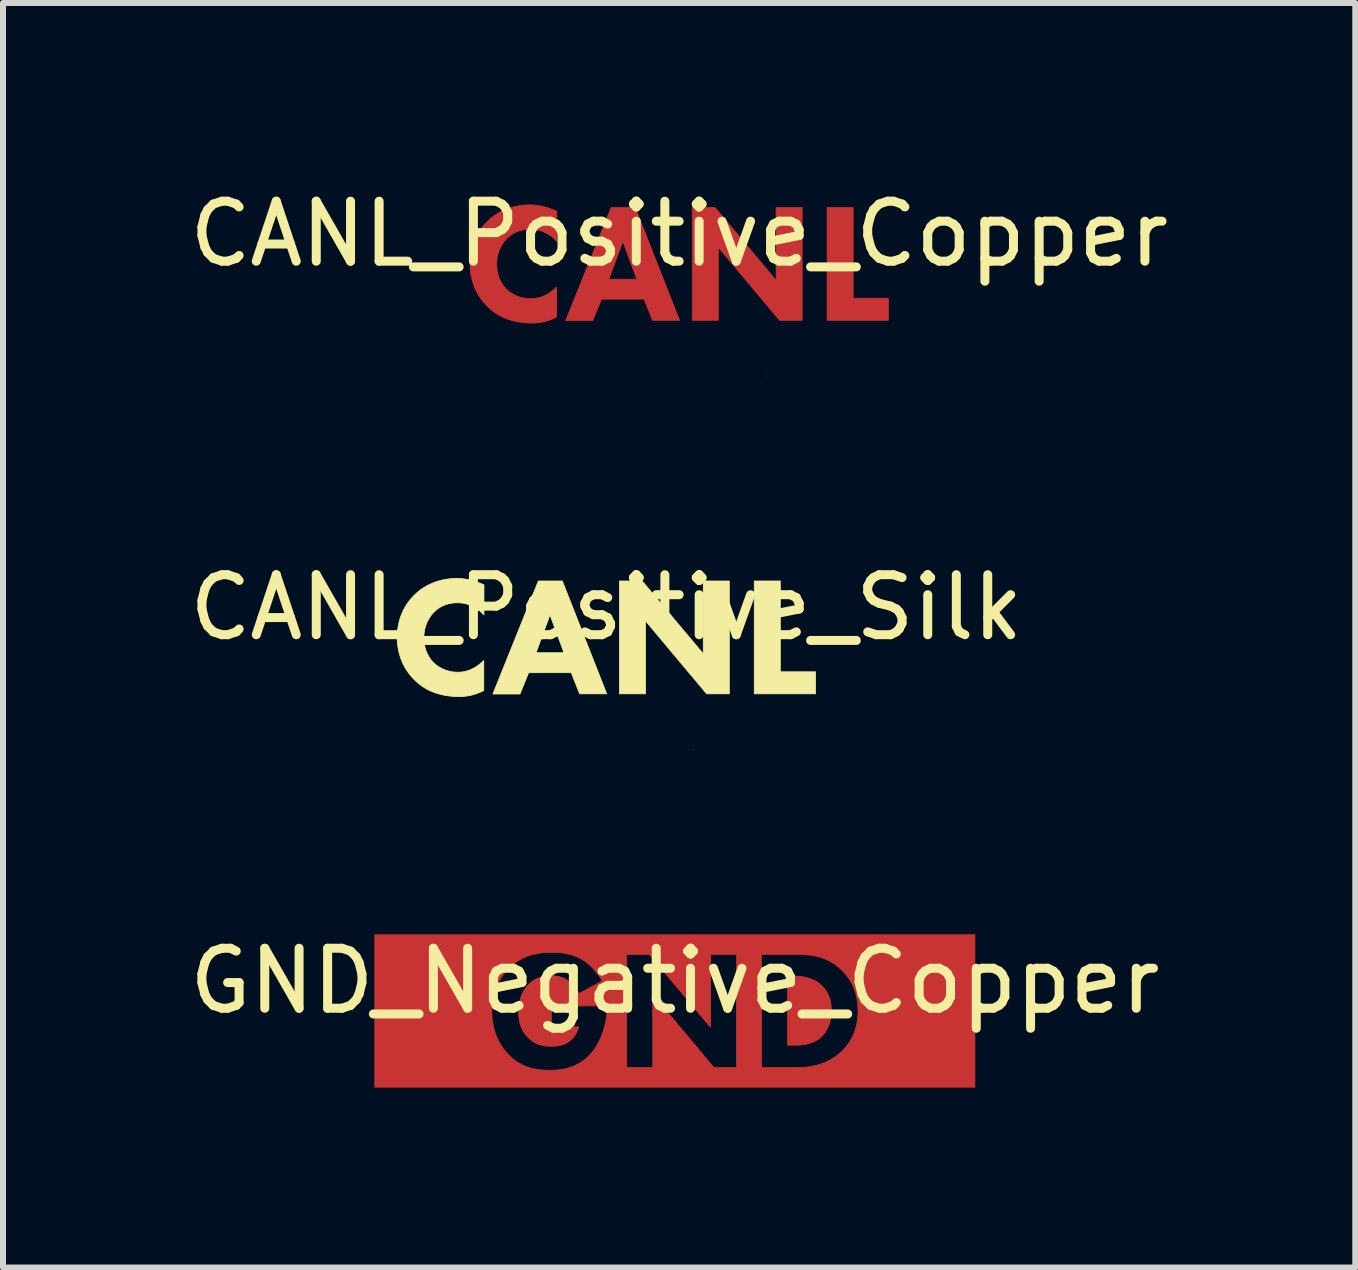
<source format=kicad_pcb>
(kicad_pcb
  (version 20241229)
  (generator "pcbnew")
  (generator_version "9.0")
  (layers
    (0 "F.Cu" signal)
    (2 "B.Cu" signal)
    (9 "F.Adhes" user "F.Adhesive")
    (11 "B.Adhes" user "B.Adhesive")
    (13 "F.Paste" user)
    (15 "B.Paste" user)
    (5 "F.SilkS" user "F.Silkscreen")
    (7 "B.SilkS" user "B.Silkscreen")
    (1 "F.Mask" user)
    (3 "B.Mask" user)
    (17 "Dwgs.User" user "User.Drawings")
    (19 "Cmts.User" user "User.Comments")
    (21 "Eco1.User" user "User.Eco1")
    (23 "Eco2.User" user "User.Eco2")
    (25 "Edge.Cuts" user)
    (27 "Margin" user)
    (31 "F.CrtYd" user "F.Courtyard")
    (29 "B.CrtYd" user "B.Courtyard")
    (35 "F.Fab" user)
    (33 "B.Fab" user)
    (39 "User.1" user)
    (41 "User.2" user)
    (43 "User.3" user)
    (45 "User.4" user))
  (footprint "CANL_Positive_Silk"
    (layer "F.Cu")
    (at 7.054 7.573)
    (property "Reference" "CANL_Positive_Silk" (at 0 -0.5 0) (unlocked yes) (layer "F.SilkS") (effects (font (size 1 1) (thickness 0.15))))
    (fp_poly (pts (xy 1.443 1.87) (xy 1.443 1.868) (xy 1.446 1.866)) (stroke (width 0.013) (type solid)) (fill yes) (layer "F.Cu"))
    (fp_poly (pts (xy 2.9 0.573) (xy 3.486 0.573) (xy 3.486 0.94) (xy 2.466 0.94) (xy 2.466 -0.941) (xy 2.9 -0.941)) (stroke (width 0.013) (type solid)) (fill yes) (layer "F.SilkS"))
    (fp_poly (pts (xy 1.616 0.273) (xy 1.616 -0.941) (xy 2.05 -0.941) (xy 2.05 0.94) (xy 1.673 0.94) (xy 0.653 -0.277) (xy 0.653 0.94) (xy 0.219 0.94) (xy 0.219 -0.941) (xy 0.597 -0.941)) (stroke (width 0.013) (type solid)) (fill yes) (layer "F.SilkS"))
    (fp_poly (pts (xy 0.007 0.94) (xy -0.444 0.94) (xy -0.585 0.583) (xy -0.585 0.587) (xy -1.294 0.587) (xy -1.439 0.943) (xy -1.89 0.943) (xy -1.613 0.255) (xy -1.171 0.255) (xy -0.705 0.255) (xy -0.938 -0.376) (xy -1.171 0.255) (xy -1.613 0.255) (xy -1.132 -0.941) (xy -0.733 -0.941)) (stroke (width 0.013) (type solid)) (fill yes) (layer "F.SilkS"))
    (fp_poly (pts (xy -2.467 -0.983) (xy -2.443 -0.982) (xy -2.418 -0.98) (xy -2.393 -0.978) (xy -2.368 -0.975) (xy -2.341 -0.971) (xy -2.314 -0.966) (xy -2.287 -0.961) (xy -2.259 -0.954) (xy -2.23 -0.946) (xy -2.2 -0.938) (xy -2.169 -0.928) (xy -2.138 -0.917) (xy -2.106 -0.905) (xy -2.073 -0.892) (xy -2.039 -0.877) (xy -2.039 -0.376) (xy -2.057 -0.395) (xy -2.077 -0.414) (xy -2.097 -0.433) (xy -2.119 -0.451) (xy -2.143 -0.468) (xy -2.167 -0.485) (xy -2.193 -0.5) (xy -2.219 -0.515) (xy -2.247 -0.529) (xy -2.277 -0.541) (xy -2.307 -0.551) (xy -2.323 -0.556) (xy -2.339 -0.56) (xy -2.356 -0.564) (xy -2.372 -0.568) (xy -2.389 -0.57) (xy -2.407 -0.573) (xy -2.425 -0.575) (xy -2.443 -0.576) (xy -2.461 -0.577) (xy -2.48 -0.577) (xy -2.509 -0.577) (xy -2.538 -0.575) (xy -2.566 -0.572) (xy -2.593 -0.568) (xy -2.619 -0.563) (xy -2.645 -0.556) (xy -2.67 -0.549) (xy -2.694 -0.54) (xy -2.718 -0.53) (xy -2.741 -0.519) (xy -2.763 -0.507) (xy -2.785 -0.494) (xy -2.806 -0.479) (xy -2.826 -0.464) (xy -2.845 -0.447) (xy -2.864 -0.429) (xy -2.884 -0.409) (xy -2.902 -0.389) (xy -2.92 -0.367) (xy -2.936 -0.343) (xy -2.952 -0.319) (xy -2.966 -0.294) (xy -2.98 -0.268) (xy -2.992 -0.241) (xy -3.003 -0.213) (xy -3.013 -0.185) (xy -3.021 -0.155) (xy -3.028 -0.125) (xy -3.033 -0.093) (xy -3.037 -0.061) (xy -3.04 -0.029) (xy -3.041 0.005) (xy -3.04 0.04) (xy -3.037 0.075) (xy -3.033 0.108) (xy -3.027 0.14) (xy -3.02 0.17) (xy -3.011 0.199) (xy -3.002 0.227) (xy -2.991 0.254) (xy -2.979 0.279) (xy -2.967 0.303) (xy -2.953 0.326) (xy -2.939 0.348) (xy -2.925 0.368) (xy -2.91 0.387) (xy -2.894 0.405) (xy -2.878 0.421) (xy -2.87 0.429) (xy -2.859 0.439) (xy -2.846 0.45) (xy -2.831 0.462) (xy -2.813 0.475) (xy -2.793 0.488) (xy -2.771 0.502) (xy -2.747 0.515) (xy -2.734 0.521) (xy -2.72 0.528) (xy -2.706 0.534) (xy -2.691 0.54) (xy -2.676 0.545) (xy -2.66 0.551) (xy -2.644 0.556) (xy -2.627 0.56) (xy -2.61 0.565) (xy -2.592 0.568) (xy -2.573 0.572) (xy -2.554 0.575) (xy -2.535 0.577) (xy -2.514 0.578) (xy -2.494 0.579) (xy -2.473 0.58) (xy -2.451 0.579) (xy -2.428 0.578) (xy -2.405 0.576) (xy -2.381 0.572) (xy -2.356 0.567) (xy -2.33 0.561) (xy -2.304 0.553) (xy -2.277 0.544) (xy -2.25 0.532) (xy -2.221 0.518) (xy -2.193 0.503) (xy -2.163 0.485) (xy -2.134 0.464) (xy -2.104 0.441) (xy -2.073 0.415) (xy -2.042 0.386) (xy -2.042 0.885) (xy -2.069 0.898) (xy -2.099 0.912) (xy -2.129 0.924) (xy -2.158 0.935) (xy -2.186 0.944) (xy -2.213 0.953) (xy -2.24 0.96) (xy -2.267 0.966) (xy -2.292 0.971) (xy -2.317 0.975) (xy -2.342 0.979) (xy -2.366 0.981) (xy -2.411 0.985) (xy -2.455 0.985) (xy -2.518 0.984) (xy -2.579 0.98) (xy -2.638 0.973) (xy -2.694 0.964) (xy -2.748 0.953) (xy -2.799 0.939) (xy -2.848 0.924) (xy -2.895 0.906) (xy -2.94 0.887) (xy -2.982 0.866) (xy -3.022 0.843) (xy -3.06 0.819) (xy -3.096 0.793) (xy -3.13 0.767) (xy -3.162 0.739) (xy -3.192 0.71) (xy -3.223 0.679) (xy -3.253 0.645) (xy -3.282 0.61) (xy -3.309 0.573) (xy -3.335 0.534) (xy -3.359 0.493) (xy -3.382 0.45) (xy -3.402 0.406) (xy -3.421 0.36) (xy -3.437 0.312) (xy -3.451 0.263) (xy -3.463 0.213) (xy -3.472 0.161) (xy -3.479 0.108) (xy -3.484 0.053) (xy -3.485 -0.002) (xy -3.484 -0.058) (xy -3.479 -0.112) (xy -3.472 -0.165) (xy -3.463 -0.217) (xy -3.451 -0.267) (xy -3.437 -0.316) (xy -3.421 -0.363) (xy -3.402 -0.408) (xy -3.382 -0.452) (xy -3.359 -0.495) (xy -3.335 -0.535) (xy -3.309 -0.574) (xy -3.282 -0.611) (xy -3.253 -0.647) (xy -3.223 -0.68) (xy -3.192 -0.711) (xy -3.16 -0.741) (xy -3.126 -0.77) (xy -3.091 -0.797) (xy -3.054 -0.822) (xy -3.015 -0.846) (xy -2.974 -0.869) (xy -2.932 -0.889) (xy -2.889 -0.908) (xy -2.844 -0.925) (xy -2.797 -0.94) (xy -2.749 -0.953) (xy -2.7 -0.963) (xy -2.649 -0.972) (xy -2.598 -0.978) (xy -2.544 -0.982) (xy -2.49 -0.983)) (stroke (width 0.013) (type solid)) (fill yes) (layer "F.SilkS")))
  (footprint "GND_Negative_Copper"
    (layer "F.Cu")
    (at 8.196 13.798)
    (property "Reference" "GND_Negative_Copper" (at 0 -0.5 0) (unlocked yes) (layer "F.SilkS") (effects (font (size 1 1) (thickness 0.15))))
    (fp_poly (pts (xy 2.048 -0.577) (xy 2.076 -0.576) (xy 2.104 -0.573) (xy 2.133 -0.569) (xy 2.162 -0.564) (xy 2.192 -0.558) (xy 2.222 -0.55) (xy 2.252 -0.541) (xy 2.282 -0.53) (xy 2.312 -0.516) (xy 2.342 -0.501) (xy 2.371 -0.484) (xy 2.399 -0.464) (xy 2.427 -0.441) (xy 2.441 -0.429) (xy 2.454 -0.416) (xy 2.468 -0.402) (xy 2.482 -0.386) (xy 2.496 -0.369) (xy 2.51 -0.351) (xy 2.523 -0.331) (xy 2.536 -0.31) (xy 2.548 -0.288) (xy 2.56 -0.264) (xy 2.57 -0.238) (xy 2.58 -0.211) (xy 2.588 -0.182) (xy 2.596 -0.151) (xy 2.601 -0.119) (xy 2.606 -0.085) (xy 2.608 -0.049) (xy 2.609 -0.011) (xy 2.608 0.028) (xy 2.606 0.065) (xy 2.601 0.101) (xy 2.595 0.136) (xy 2.587 0.17) (xy 2.578 0.203) (xy 2.568 0.234) (xy 2.556 0.263) (xy 2.543 0.291) (xy 2.529 0.318) (xy 2.514 0.343) (xy 2.498 0.367) (xy 2.481 0.389) (xy 2.463 0.409) (xy 2.445 0.428) (xy 2.426 0.444) (xy 2.413 0.455) (xy 2.399 0.466) (xy 2.385 0.475) (xy 2.371 0.484) (xy 2.356 0.493) (xy 2.342 0.501) (xy 2.312 0.515) (xy 2.282 0.527) (xy 2.252 0.537) (xy 2.222 0.546) (xy 2.192 0.553) (xy 2.163 0.559) (xy 2.135 0.563) (xy 2.108 0.566) (xy 2.082 0.569) (xy 2.035 0.571) (xy 1.996 0.571) (xy 1.879 0.571) (xy 1.879 -0.579) (xy 1.996 -0.579)) (stroke (width 0.013) (type solid)) (fill yes) (layer "F.Cu"))
    (fp_poly (pts (xy 5.001 1.27) (xy -5 1.27) (xy -5 0.011) (xy -3.049 0.011) (xy -3.049 0.045) (xy -3.047 0.079) (xy -3.045 0.112) (xy -3.042 0.144) (xy -3.038 0.175) (xy -3.033 0.206) (xy -3.028 0.236) (xy -3.022 0.264) (xy -3.015 0.292) (xy -3.007 0.32) (xy -2.999 0.346) (xy -2.991 0.372) (xy -2.982 0.397) (xy -2.973 0.421) (xy -2.953 0.467) (xy -2.931 0.509) (xy -2.909 0.549) (xy -2.886 0.586) (xy -2.863 0.62) (xy -2.84 0.651) (xy -2.817 0.679) (xy -2.795 0.704) (xy -2.774 0.727) (xy -2.733 0.767) (xy -2.691 0.803) (xy -2.648 0.835) (xy -2.605 0.863) (xy -2.562 0.887) (xy -2.519 0.909) (xy -2.475 0.927) (xy -2.431 0.942) (xy -2.388 0.955) (xy -2.344 0.965) (xy -2.3 0.973) (xy -2.257 0.979) (xy -2.213 0.983) (xy -2.17 0.986) (xy -2.128 0.987) (xy -2.086 0.988) (xy -2.044 0.987) (xy -2.002 0.986) (xy -1.96 0.983) (xy -1.917 0.978) (xy -1.874 0.972) (xy -1.831 0.964) (xy -1.788 0.954) (xy -1.749 0.942) (xy -0.802 0.942) (xy -0.368 0.942) (xy -0.368 -0.275) (xy 0.651 0.942) (xy 1.029 0.942) (xy 1.445 0.942) (xy 2.056 0.942) (xy 2.121 0.94) (xy 2.159 0.938) (xy 2.2 0.935) (xy 2.244 0.929) (xy 2.289 0.921) (xy 2.337 0.911) (xy 2.386 0.899) (xy 2.437 0.883) (xy 2.488 0.864) (xy 2.54 0.841) (xy 2.592 0.814) (xy 2.644 0.783) (xy 2.696 0.747) (xy 2.747 0.706) (xy 2.772 0.683) (xy 2.796 0.66) (xy 2.825 0.63) (xy 2.852 0.598) (xy 2.878 0.566) (xy 2.902 0.531) (xy 2.925 0.495) (xy 2.946 0.458) (xy 2.966 0.419) (xy 2.983 0.378) (xy 2.999 0.336) (xy 3.013 0.292) (xy 3.025 0.246) (xy 3.036 0.199) (xy 3.043 0.15) (xy 3.049 0.099) (xy 3.053 0.047) (xy 3.054 -0.007) (xy 3.053 -0.061) (xy 3.049 -0.113) (xy 3.043 -0.164) (xy 3.035 -0.213) (xy 3.024 -0.26) (xy 3.012 -0.306) (xy 2.997 -0.35) (xy 2.98 -0.393) (xy 2.962 -0.434) (xy 2.941 -0.474) (xy 2.919 -0.512) (xy 2.895 -0.548) (xy 2.869 -0.584) (xy 2.842 -0.617) (xy 2.813 -0.65) (xy 2.782 -0.681) (xy 2.739 -0.721) (xy 2.695 -0.757) (xy 2.65 -0.789) (xy 2.605 -0.817) (xy 2.559 -0.841) (xy 2.512 -0.863) (xy 2.465 -0.881) (xy 2.418 -0.896) (xy 2.371 -0.909) (xy 2.324 -0.919) (xy 2.277 -0.927) (xy 2.229 -0.933) (xy 2.182 -0.937) (xy 2.135 -0.94) (xy 2.088 -0.941) (xy 2.041 -0.942) (xy 1.445 -0.942) (xy 1.445 0.942) (xy 1.029 0.942) (xy 1.029 -0.942) (xy 0.595 -0.942) (xy 0.595 0.272) (xy -0.424 -0.942) (xy -0.802 -0.942) (xy -0.802 0.942) (xy -1.749 0.942) (xy -1.746 0.941) (xy -1.703 0.926) (xy -1.661 0.908) (xy -1.619 0.887) (xy -1.577 0.863) (xy -1.536 0.835) (xy -1.495 0.804) (xy -1.455 0.769) (xy -1.416 0.73) (xy -1.378 0.688) (xy -1.344 0.643) (xy -1.312 0.595) (xy -1.283 0.546) (xy -1.256 0.495) (xy -1.233 0.443) (xy -1.212 0.391) (xy -1.193 0.337) (xy -1.177 0.284) (xy -1.163 0.231) (xy -1.152 0.178) (xy -1.142 0.127) (xy -1.135 0.076) (xy -1.13 0.027) (xy -1.127 -0.019) (xy -1.127 -0.064) (xy -1.127 -0.085) (xy -2.058 -0.085) (xy -2.058 0.265) (xy -1.603 0.265) (xy -1.606 0.277) (xy -1.61 0.29) (xy -1.614 0.302) (xy -1.618 0.313) (xy -1.622 0.324) (xy -1.627 0.335) (xy -1.632 0.346) (xy -1.637 0.356) (xy -1.642 0.366) (xy -1.647 0.375) (xy -1.652 0.384) (xy -1.657 0.393) (xy -1.662 0.401) (xy -1.667 0.409) (xy -1.678 0.423) (xy -1.688 0.436) (xy -1.697 0.448) (xy -1.707 0.458) (xy -1.715 0.467) (xy -1.722 0.474) (xy -1.728 0.48) (xy -1.733 0.484) (xy -1.737 0.487) (xy -1.755 0.502) (xy -1.767 0.511) (xy -1.78 0.519) (xy -1.794 0.528) (xy -1.81 0.536) (xy -1.827 0.545) (xy -1.847 0.553) (xy -1.867 0.56) (xy -1.89 0.567) (xy -1.914 0.573) (xy -1.941 0.579) (xy -1.969 0.583) (xy -1.999 0.586) (xy -2.031 0.588) (xy -2.065 0.589) (xy -2.092 0.589) (xy -2.118 0.587) (xy -2.144 0.585) (xy -2.17 0.582) (xy -2.195 0.578) (xy -2.22 0.572) (xy -2.245 0.565) (xy -2.269 0.557) (xy -2.292 0.548) (xy -2.315 0.537) (xy -2.338 0.525) (xy -2.361 0.512) (xy -2.383 0.497) (xy -2.404 0.48) (xy -2.425 0.461) (xy -2.446 0.441) (xy -2.461 0.426) (xy -2.476 0.409) (xy -2.491 0.391) (xy -2.505 0.371) (xy -2.519 0.35) (xy -2.532 0.327) (xy -2.544 0.303) (xy -2.556 0.277) (xy -2.566 0.25) (xy -2.576 0.221) (xy -2.584 0.19) (xy -2.591 0.158) (xy -2.597 0.124) (xy -2.601 0.088) (xy -2.604 0.05) (xy -2.605 0.011) (xy -2.604 -0.022) (xy -2.602 -0.054) (xy -2.599 -0.085) (xy -2.594 -0.116) (xy -2.588 -0.147) (xy -2.581 -0.177) (xy -2.573 -0.207) (xy -2.563 -0.235) (xy -2.552 -0.264) (xy -2.54 -0.291) (xy -2.527 -0.317) (xy -2.512 -0.343) (xy -2.497 -0.367) (xy -2.48 -0.391) (xy -2.462 -0.413) (xy -2.442 -0.434) (xy -2.425 -0.451) (xy -2.407 -0.468) (xy -2.389 -0.483) (xy -2.369 -0.498) (xy -2.348 -0.511) (xy -2.326 -0.524) (xy -2.304 -0.535) (xy -2.28 -0.545) (xy -2.255 -0.555) (xy -2.23 -0.563) (xy -2.203 -0.57) (xy -2.175 -0.575) (xy -2.147 -0.58) (xy -2.117 -0.583) (xy -2.086 -0.585) (xy -2.054 -0.586) (xy -2.034 -0.585) (xy -2.014 -0.584) (xy -1.994 -0.583) (xy -1.975 -0.58) (xy -1.956 -0.577) (xy -1.937 -0.573) (xy -1.919 -0.569) (xy -1.9 -0.564) (xy -1.883 -0.558) (xy -1.865 -0.551) (xy -1.848 -0.543) (xy -1.831 -0.535) (xy -1.814 -0.526) (xy -1.797 -0.516) (xy -1.781 -0.505) (xy -1.765 -0.494) (xy -1.751 -0.483) (xy -1.738 -0.472) (xy -1.725 -0.46) (xy -1.713 -0.449) (xy -1.701 -0.436) (xy -1.689 -0.424) (xy -1.678 -0.411) (xy -1.668 -0.398) (xy -1.657 -0.385) (xy -1.648 -0.372) (xy -1.638 -0.358) (xy -1.63 -0.345) (xy -1.621 -0.331) (xy -1.613 -0.317) (xy -1.606 -0.303) (xy -1.599 -0.289) (xy -1.208 -0.501) (xy -1.221 -0.523) (xy -1.235 -0.545) (xy -1.25 -0.568) (xy -1.265 -0.591) (xy -1.282 -0.613) (xy -1.3 -0.636) (xy -1.318 -0.658) (xy -1.337 -0.68) (xy -1.357 -0.702) (xy -1.377 -0.724) (xy -1.398 -0.744) (xy -1.419 -0.764) (xy -1.442 -0.784) (xy -1.464 -0.802) (xy -1.487 -0.82) (xy -1.511 -0.836) (xy -1.544 -0.857) (xy -1.578 -0.876) (xy -1.612 -0.892) (xy -1.646 -0.907) (xy -1.681 -0.92) (xy -1.715 -0.932) (xy -1.749 -0.942) (xy -1.784 -0.95) (xy -1.817 -0.957) (xy -1.851 -0.963) (xy -1.884 -0.968) (xy -1.917 -0.972) (xy -1.949 -0.974) (xy -1.98 -0.976) (xy -2.04 -0.977) (xy -2.083 -0.977) (xy -2.126 -0.975) (xy -2.171 -0.972) (xy -2.216 -0.968) (xy -2.263 -0.962) (xy -2.31 -0.953) (xy -2.357 -0.943) (xy -2.405 -0.93) (xy -2.453 -0.914) (xy -2.5 -0.895) (xy -2.548 -0.872) (xy -2.595 -0.846) (xy -2.642 -0.817) (xy -2.688 -0.783) (xy -2.733 -0.745) (xy -2.777 -0.702) (xy -2.807 -0.671) (xy -2.835 -0.638) (xy -2.862 -0.604) (xy -2.887 -0.567) (xy -2.911 -0.528) (xy -2.933 -0.488) (xy -2.954 -0.445) (xy -2.973 -0.401) (xy -2.99 -0.355) (xy -3.005 -0.308) (xy -3.018 -0.259) (xy -3.029 -0.208) (xy -3.038 -0.156) (xy -3.044 -0.102) (xy -3.048 -0.046) (xy -3.049 0.011) (xy -5 0.011) (xy -5 -1.27) (xy 5.001 -1.27)) (stroke (width 0.013) (type solid)) (fill yes) (layer "F.Cu")))
  (footprint "CANL_Positive_Copper"
    (layer "F.Cu")
    (at 8.268 1.348)
    (property "Reference" "CANL_Positive_Copper" (at 0 -0.5 0) (unlocked yes) (layer "F.SilkS") (effects (font (size 1 1) (thickness 0.15))))
    (fp_poly (pts (xy 1.443 1.87) (xy 1.443 1.868) (xy 1.446 1.866)) (stroke (width 0.013) (type solid)) (fill yes) (layer "F.Cu"))
    (fp_poly (pts (xy 2.9 0.573) (xy 3.486 0.573) (xy 3.486 0.94) (xy 2.466 0.94) (xy 2.466 -0.941) (xy 2.9 -0.941)) (stroke (width 0.013) (type solid)) (fill yes) (layer "F.Cu"))
    (fp_poly (pts (xy 1.616 0.273) (xy 1.616 -0.941) (xy 2.05 -0.941) (xy 2.05 0.94) (xy 1.673 0.94) (xy 0.653 -0.277) (xy 0.653 0.94) (xy 0.219 0.94) (xy 0.219 -0.941) (xy 0.597 -0.941)) (stroke (width 0.013) (type solid)) (fill yes) (layer "F.Cu"))
    (fp_poly (pts (xy 0.007 0.94) (xy -0.444 0.94) (xy -0.585 0.583) (xy -0.585 0.587) (xy -1.294 0.587) (xy -1.439 0.943) (xy -1.89 0.943) (xy -1.613 0.255) (xy -1.171 0.255) (xy -0.705 0.255) (xy -0.938 -0.376) (xy -1.171 0.255) (xy -1.613 0.255) (xy -1.132 -0.941) (xy -0.733 -0.941)) (stroke (width 0.013) (type solid)) (fill yes) (layer "F.Cu"))
    (fp_poly (pts (xy -2.467 -0.983) (xy -2.443 -0.982) (xy -2.418 -0.98) (xy -2.393 -0.978) (xy -2.368 -0.975) (xy -2.341 -0.971) (xy -2.314 -0.966) (xy -2.287 -0.961) (xy -2.259 -0.954) (xy -2.23 -0.946) (xy -2.2 -0.938) (xy -2.169 -0.928) (xy -2.138 -0.917) (xy -2.106 -0.905) (xy -2.073 -0.892) (xy -2.039 -0.877) (xy -2.039 -0.376) (xy -2.057 -0.395) (xy -2.077 -0.414) (xy -2.097 -0.433) (xy -2.119 -0.451) (xy -2.143 -0.468) (xy -2.167 -0.485) (xy -2.193 -0.5) (xy -2.219 -0.515) (xy -2.247 -0.529) (xy -2.277 -0.541) (xy -2.307 -0.551) (xy -2.323 -0.556) (xy -2.339 -0.56) (xy -2.356 -0.564) (xy -2.372 -0.568) (xy -2.389 -0.57) (xy -2.407 -0.573) (xy -2.425 -0.575) (xy -2.443 -0.576) (xy -2.461 -0.577) (xy -2.48 -0.577) (xy -2.509 -0.577) (xy -2.538 -0.575) (xy -2.566 -0.572) (xy -2.593 -0.568) (xy -2.619 -0.563) (xy -2.645 -0.556) (xy -2.67 -0.549) (xy -2.694 -0.54) (xy -2.718 -0.53) (xy -2.741 -0.519) (xy -2.763 -0.507) (xy -2.785 -0.494) (xy -2.806 -0.479) (xy -2.826 -0.464) (xy -2.845 -0.447) (xy -2.864 -0.429) (xy -2.884 -0.409) (xy -2.902 -0.389) (xy -2.92 -0.367) (xy -2.936 -0.343) (xy -2.952 -0.319) (xy -2.966 -0.294) (xy -2.98 -0.268) (xy -2.992 -0.241) (xy -3.003 -0.213) (xy -3.013 -0.185) (xy -3.021 -0.155) (xy -3.028 -0.125) (xy -3.033 -0.093) (xy -3.037 -0.061) (xy -3.04 -0.029) (xy -3.041 0.005) (xy -3.04 0.04) (xy -3.037 0.075) (xy -3.033 0.108) (xy -3.027 0.14) (xy -3.02 0.17) (xy -3.011 0.199) (xy -3.002 0.227) (xy -2.991 0.254) (xy -2.979 0.279) (xy -2.967 0.303) (xy -2.953 0.326) (xy -2.939 0.348) (xy -2.925 0.368) (xy -2.91 0.387) (xy -2.894 0.405) (xy -2.878 0.421) (xy -2.87 0.429) (xy -2.859 0.439) (xy -2.846 0.45) (xy -2.831 0.462) (xy -2.813 0.475) (xy -2.793 0.488) (xy -2.771 0.502) (xy -2.747 0.515) (xy -2.734 0.521) (xy -2.72 0.528) (xy -2.706 0.534) (xy -2.691 0.54) (xy -2.676 0.545) (xy -2.66 0.551) (xy -2.644 0.556) (xy -2.627 0.56) (xy -2.61 0.565) (xy -2.592 0.568) (xy -2.573 0.572) (xy -2.554 0.575) (xy -2.535 0.577) (xy -2.514 0.578) (xy -2.494 0.579) (xy -2.473 0.58) (xy -2.451 0.579) (xy -2.428 0.578) (xy -2.405 0.576) (xy -2.381 0.572) (xy -2.356 0.567) (xy -2.33 0.561) (xy -2.304 0.553) (xy -2.277 0.544) (xy -2.25 0.532) (xy -2.221 0.518) (xy -2.193 0.503) (xy -2.163 0.485) (xy -2.134 0.464) (xy -2.104 0.441) (xy -2.073 0.415) (xy -2.042 0.386) (xy -2.042 0.885) (xy -2.069 0.898) (xy -2.099 0.912) (xy -2.129 0.924) (xy -2.158 0.935) (xy -2.186 0.944) (xy -2.213 0.953) (xy -2.24 0.96) (xy -2.267 0.966) (xy -2.292 0.971) (xy -2.317 0.975) (xy -2.342 0.979) (xy -2.366 0.981) (xy -2.411 0.985) (xy -2.455 0.985) (xy -2.518 0.984) (xy -2.579 0.98) (xy -2.638 0.973) (xy -2.694 0.964) (xy -2.748 0.953) (xy -2.799 0.939) (xy -2.848 0.924) (xy -2.895 0.906) (xy -2.94 0.887) (xy -2.982 0.866) (xy -3.022 0.843) (xy -3.06 0.819) (xy -3.096 0.793) (xy -3.13 0.767) (xy -3.162 0.739) (xy -3.192 0.71) (xy -3.223 0.679) (xy -3.253 0.645) (xy -3.282 0.61) (xy -3.309 0.573) (xy -3.335 0.534) (xy -3.359 0.493) (xy -3.382 0.45) (xy -3.402 0.406) (xy -3.421 0.36) (xy -3.437 0.312) (xy -3.451 0.263) (xy -3.463 0.213) (xy -3.472 0.161) (xy -3.479 0.108) (xy -3.484 0.053) (xy -3.485 -0.002) (xy -3.484 -0.058) (xy -3.479 -0.112) (xy -3.472 -0.165) (xy -3.463 -0.217) (xy -3.451 -0.267) (xy -3.437 -0.316) (xy -3.421 -0.363) (xy -3.402 -0.408) (xy -3.382 -0.452) (xy -3.359 -0.495) (xy -3.335 -0.535) (xy -3.309 -0.574) (xy -3.282 -0.611) (xy -3.253 -0.647) (xy -3.223 -0.68) (xy -3.192 -0.711) (xy -3.16 -0.741) (xy -3.126 -0.77) (xy -3.091 -0.797) (xy -3.054 -0.822) (xy -3.015 -0.846) (xy -2.974 -0.869) (xy -2.932 -0.889) (xy -2.889 -0.908) (xy -2.844 -0.925) (xy -2.797 -0.94) (xy -2.749 -0.953) (xy -2.7 -0.963) (xy -2.649 -0.972) (xy -2.598 -0.978) (xy -2.544 -0.982) (xy -2.49 -0.983)) (stroke (width 0.013) (type solid)) (fill yes) (layer "F.Cu")))
  (gr_rect
    (start -3 -3)
    (end 19.536 18.074)
    (stroke (width 0.1) (type default))
    (fill no)
    (layer "Edge.Cuts")))
</source>
